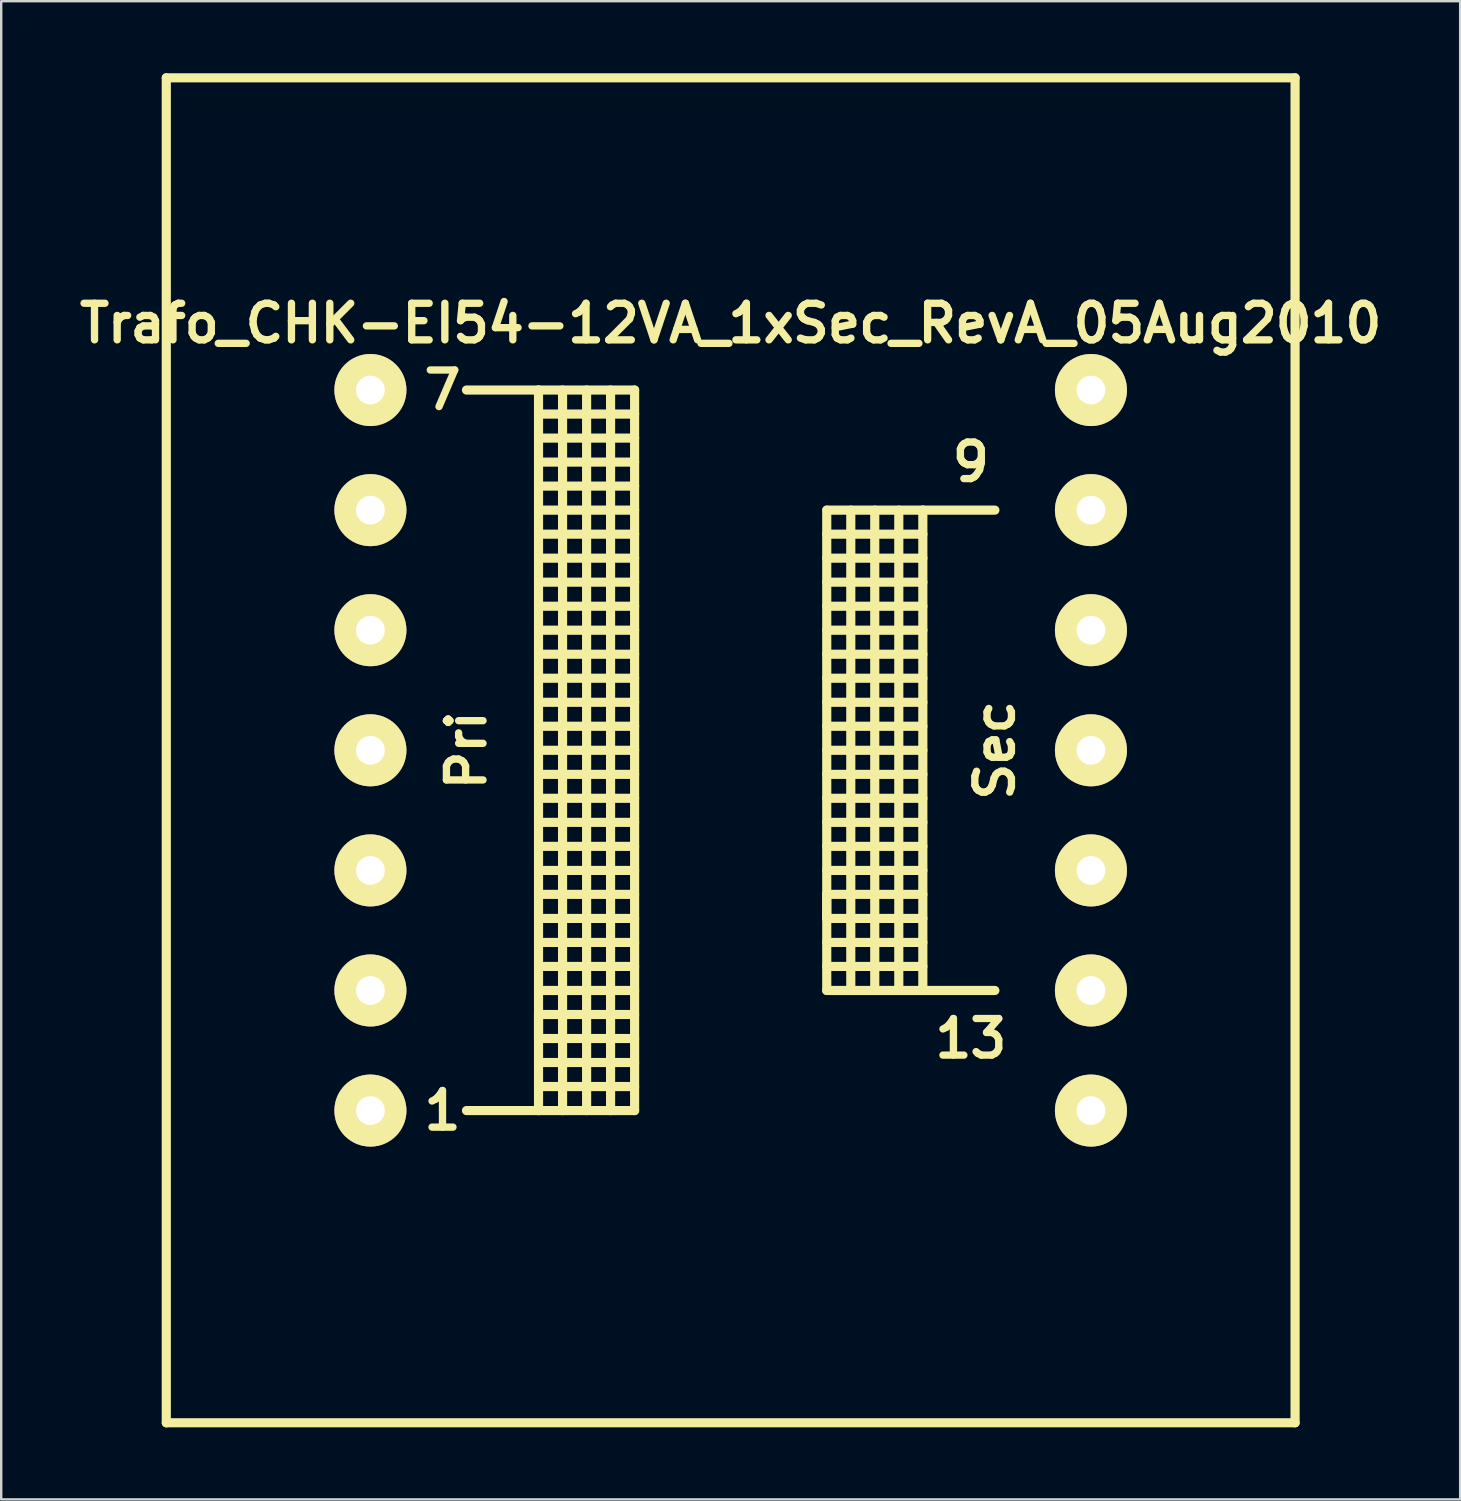
<source format=kicad_pcb>
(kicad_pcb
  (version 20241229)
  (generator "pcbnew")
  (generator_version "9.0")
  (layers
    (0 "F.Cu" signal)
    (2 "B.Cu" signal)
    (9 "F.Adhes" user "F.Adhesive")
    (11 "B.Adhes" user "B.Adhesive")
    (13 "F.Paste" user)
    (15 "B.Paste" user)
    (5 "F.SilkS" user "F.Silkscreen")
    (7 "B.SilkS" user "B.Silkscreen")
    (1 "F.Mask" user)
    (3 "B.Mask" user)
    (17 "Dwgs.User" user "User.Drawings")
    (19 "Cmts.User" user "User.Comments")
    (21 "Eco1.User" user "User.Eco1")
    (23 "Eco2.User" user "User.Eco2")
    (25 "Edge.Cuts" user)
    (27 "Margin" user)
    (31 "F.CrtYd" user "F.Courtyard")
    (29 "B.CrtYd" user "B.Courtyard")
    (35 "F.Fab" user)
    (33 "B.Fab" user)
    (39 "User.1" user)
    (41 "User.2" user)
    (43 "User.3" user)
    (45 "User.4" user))
  (footprint "Trafo_CHK-EI54-12VA_1xSec_RevA_05Aug2010"
    (layer "F.Cu")
    (at 27.374 28.191)
    (property "Reference" "Trafo_CHK-EI54-12VA_1xSec_RevA_05Aug2010" (at 0 -17.78 0) (layer "F.SilkS") (effects (font (size 1.524 1.524) (thickness 0.305))))
    (attr through_hole)
    (fp_line (start -23.5 -28.001) (end -23.5 28.001) (stroke (width 0.381) (type solid)) (layer "F.SilkS"))
    (fp_line (start -23.5 28.001) (end 23.5 28.001) (stroke (width 0.381) (type solid)) (layer "F.SilkS"))
    (fp_line (start -11.001 -15.001) (end -8.001 -15.001) (stroke (width 0.381) (type solid)) (layer "F.SilkS"))
    (fp_line (start -8.001 -15.001) (end -8.001 15.001) (stroke (width 0.381) (type solid)) (layer "F.SilkS"))
    (fp_line (start -8.001 -15.001) (end -4 -15.001) (stroke (width 0.381) (type solid)) (layer "F.SilkS"))
    (fp_line (start -8.001 -14) (end -4 -14) (stroke (width 0.381) (type solid)) (layer "F.SilkS"))
    (fp_line (start -8.001 -11.999) (end -4 -11.999) (stroke (width 0.381) (type solid)) (layer "F.SilkS"))
    (fp_line (start -8.001 -10) (end -4 -10) (stroke (width 0.381) (type solid)) (layer "F.SilkS"))
    (fp_line (start -8.001 -8.001) (end -4 -8.001) (stroke (width 0.381) (type solid)) (layer "F.SilkS"))
    (fp_line (start -8.001 -5.999) (end -4 -5.999) (stroke (width 0.381) (type solid)) (layer "F.SilkS"))
    (fp_line (start -8.001 -4) (end -4 -4) (stroke (width 0.381) (type solid)) (layer "F.SilkS"))
    (fp_line (start -8.001 -1.999) (end -4 -1.999) (stroke (width 0.381) (type solid)) (layer "F.SilkS"))
    (fp_line (start -8.001 0) (end -4 0) (stroke (width 0.381) (type solid)) (layer "F.SilkS"))
    (fp_line (start -8.001 1.999) (end -4 1.999) (stroke (width 0.381) (type solid)) (layer "F.SilkS"))
    (fp_line (start -8.001 4) (end -4 4) (stroke (width 0.381) (type solid)) (layer "F.SilkS"))
    (fp_line (start -8.001 5.999) (end -4 5.999) (stroke (width 0.381) (type solid)) (layer "F.SilkS"))
    (fp_line (start -8.001 8.001) (end -4 8.001) (stroke (width 0.381) (type solid)) (layer "F.SilkS"))
    (fp_line (start -8.001 10) (end -4 10) (stroke (width 0.381) (type solid)) (layer "F.SilkS"))
    (fp_line (start -8.001 11.001) (end -8.001 11.999) (stroke (width 0.381) (type solid)) (layer "F.SilkS"))
    (fp_line (start -8.001 11.999) (end -4 11.999) (stroke (width 0.381) (type solid)) (layer "F.SilkS"))
    (fp_line (start -8.001 14) (end -4 14) (stroke (width 0.381) (type solid)) (layer "F.SilkS"))
    (fp_line (start -8.001 15.001) (end -11.001 15.001) (stroke (width 0.381) (type solid)) (layer "F.SilkS"))
    (fp_line (start -7 -15.001) (end -7 15.001) (stroke (width 0.381) (type solid)) (layer "F.SilkS"))
    (fp_line (start -5.999 -15.001) (end -5.999 15.001) (stroke (width 0.381) (type solid)) (layer "F.SilkS"))
    (fp_line (start -5.001 3) (end -8.001 3) (stroke (width 0.381) (type solid)) (layer "F.SilkS"))
    (fp_line (start -5.001 3) (end -4 3) (stroke (width 0.381) (type solid)) (layer "F.SilkS"))
    (fp_line (start -5.001 15.001) (end -5.001 -15.001) (stroke (width 0.381) (type solid)) (layer "F.SilkS"))
    (fp_line (start -4 -15.001) (end -4 15.001) (stroke (width 0.381) (type solid)) (layer "F.SilkS"))
    (fp_line (start -4 -13) (end -8.001 -13) (stroke (width 0.381) (type solid)) (layer "F.SilkS"))
    (fp_line (start -4 -11.001) (end -8.001 -11.001) (stroke (width 0.381) (type solid)) (layer "F.SilkS"))
    (fp_line (start -4 -8.999) (end -8.001 -8.999) (stroke (width 0.381) (type solid)) (layer "F.SilkS"))
    (fp_line (start -4 -7) (end -8.001 -7) (stroke (width 0.381) (type solid)) (layer "F.SilkS"))
    (fp_line (start -4 -5.001) (end -8.001 -5.001) (stroke (width 0.381) (type solid)) (layer "F.SilkS"))
    (fp_line (start -4 -3) (end -8.001 -3) (stroke (width 0.381) (type solid)) (layer "F.SilkS"))
    (fp_line (start -4 -1.001) (end -8.001 -1.001) (stroke (width 0.381) (type solid)) (layer "F.SilkS"))
    (fp_line (start -4 1.001) (end -8.001 1.001) (stroke (width 0.381) (type solid)) (layer "F.SilkS"))
    (fp_line (start -4 5.001) (end -8.001 5.001) (stroke (width 0.381) (type solid)) (layer "F.SilkS"))
    (fp_line (start -4 7) (end -8.001 7) (stroke (width 0.381) (type solid)) (layer "F.SilkS"))
    (fp_line (start -4 8.999) (end -8.001 8.999) (stroke (width 0.381) (type solid)) (layer "F.SilkS"))
    (fp_line (start -4 11.001) (end -8.001 11.001) (stroke (width 0.381) (type solid)) (layer "F.SilkS"))
    (fp_line (start -4 13) (end -8.001 13) (stroke (width 0.381) (type solid)) (layer "F.SilkS"))
    (fp_line (start -4 15.001) (end -8.001 15.001) (stroke (width 0.381) (type solid)) (layer "F.SilkS"))
    (fp_line (start 4 -10) (end 4 10) (stroke (width 0.381) (type solid)) (layer "F.SilkS"))
    (fp_line (start 4 -8.999) (end 8.001 -8.999) (stroke (width 0.381) (type solid)) (layer "F.SilkS"))
    (fp_line (start 4 -7) (end 8.001 -7) (stroke (width 0.381) (type solid)) (layer "F.SilkS"))
    (fp_line (start 4 -5.001) (end 8.001 -5.001) (stroke (width 0.381) (type solid)) (layer "F.SilkS"))
    (fp_line (start 4 -3) (end 8.001 -3) (stroke (width 0.381) (type solid)) (layer "F.SilkS"))
    (fp_line (start 4 -1.001) (end 8.001 -1.001) (stroke (width 0.381) (type solid)) (layer "F.SilkS"))
    (fp_line (start 4 1.001) (end 8.001 1.001) (stroke (width 0.381) (type solid)) (layer "F.SilkS"))
    (fp_line (start 4 3) (end 8.001 3) (stroke (width 0.381) (type solid)) (layer "F.SilkS"))
    (fp_line (start 4 5.001) (end 8.001 5.001) (stroke (width 0.381) (type solid)) (layer "F.SilkS"))
    (fp_line (start 4 5.999) (end 4 7) (stroke (width 0.381) (type solid)) (layer "F.SilkS"))
    (fp_line (start 4 7) (end 8.001 7) (stroke (width 0.381) (type solid)) (layer "F.SilkS"))
    (fp_line (start 4 8.999) (end 8.001 8.999) (stroke (width 0.381) (type solid)) (layer "F.SilkS"))
    (fp_line (start 4 10) (end 8.001 10) (stroke (width 0.381) (type solid)) (layer "F.SilkS"))
    (fp_line (start 5.001 10) (end 5.001 -10) (stroke (width 0.381) (type solid)) (layer "F.SilkS"))
    (fp_line (start 5.999 -10) (end 5.999 10) (stroke (width 0.381) (type solid)) (layer "F.SilkS"))
    (fp_line (start 7 10) (end 7 -10) (stroke (width 0.381) (type solid)) (layer "F.SilkS"))
    (fp_line (start 8.001 -10) (end 4 -10) (stroke (width 0.381) (type solid)) (layer "F.SilkS"))
    (fp_line (start 8.001 -10) (end 8.001 10) (stroke (width 0.381) (type solid)) (layer "F.SilkS"))
    (fp_line (start 8.001 -8.001) (end 4 -8.001) (stroke (width 0.381) (type solid)) (layer "F.SilkS"))
    (fp_line (start 8.001 -5.999) (end 4 -5.999) (stroke (width 0.381) (type solid)) (layer "F.SilkS"))
    (fp_line (start 8.001 -4) (end 4 -4) (stroke (width 0.381) (type solid)) (layer "F.SilkS"))
    (fp_line (start 8.001 -1.999) (end 4 -1.999) (stroke (width 0.381) (type solid)) (layer "F.SilkS"))
    (fp_line (start 8.001 0) (end 4 0) (stroke (width 0.381) (type solid)) (layer "F.SilkS"))
    (fp_line (start 8.001 1.999) (end 4 1.999) (stroke (width 0.381) (type solid)) (layer "F.SilkS"))
    (fp_line (start 8.001 4) (end 4 4) (stroke (width 0.381) (type solid)) (layer "F.SilkS"))
    (fp_line (start 8.001 5.999) (end 4 5.999) (stroke (width 0.381) (type solid)) (layer "F.SilkS"))
    (fp_line (start 8.001 8.001) (end 4 8.001) (stroke (width 0.381) (type solid)) (layer "F.SilkS"))
    (fp_line (start 8.001 10) (end 11.001 10) (stroke (width 0.381) (type solid)) (layer "F.SilkS"))
    (fp_line (start 11.001 -10) (end 8.001 -10) (stroke (width 0.381) (type solid)) (layer "F.SilkS"))
    (fp_line (start 23.5 -28.001) (end -23.5 -28.001) (stroke (width 0.381) (type solid)) (layer "F.SilkS"))
    (fp_line (start 23.5 28.001) (end 23.5 -28.001) (stroke (width 0.381) (type solid)) (layer "F.SilkS"))
    (fp_text user "13" (at 10 12.002 0) (layer "F.SilkS") (effects (font (size 1.524 1.524) (thickness 0.305))))
    (fp_text user "Pri" (at -11.001 0 90) (layer "F.SilkS") (effects (font (size 1.524 1.524) (thickness 0.305))))
    (fp_text user "9" (at 10 -12.002 0) (layer "F.SilkS") (effects (font (size 1.524 1.524) (thickness 0.305))))
    (fp_text user "Sec" (at 11.001 0 90) (layer "F.SilkS") (effects (font (size 1.524 1.524) (thickness 0.305))))
    (fp_text user "7" (at -11.999 -15.001 0) (layer "F.SilkS") (effects (font (size 1.524 1.524) (thickness 0.305))))
    (fp_text user "1" (at -11.999 15.001 0) (layer "F.SilkS") (effects (font (size 1.524 1.524) (thickness 0.305))))
    (pad "1" thru_hole circle (at -15.001 15.001) (size 3 3) (drill 1.199) (layers "*.Cu" "*.Mask" "F.SilkS"))
    (pad "2" thru_hole circle (at -15.001 10) (size 3 3) (drill 1.199) (layers "*.Cu" "*.Mask" "F.SilkS"))
    (pad "3" thru_hole circle (at -15.001 5.001) (size 3 3) (drill 1.199) (layers "*.Cu" "*.Mask" "F.SilkS"))
    (pad "4" thru_hole circle (at -15.001 0) (size 3 3) (drill 1.199) (layers "*.Cu" "*.Mask" "F.SilkS"))
    (pad "5" thru_hole circle (at -15.001 -5.001) (size 3 3) (drill 1.199) (layers "*.Cu" "*.Mask" "F.SilkS"))
    (pad "6" thru_hole circle (at -15.001 -10) (size 3 3) (drill 1.199) (layers "*.Cu" "*.Mask" "F.SilkS"))
    (pad "7" thru_hole circle (at -15.001 -15.001) (size 3 3) (drill 1.199) (layers "*.Cu" "*.Mask" "F.SilkS"))
    (pad "8" thru_hole circle (at 15.001 -15.001) (size 3 3) (drill 1.199) (layers "*.Cu" "*.Mask" "F.SilkS"))
    (pad "9" thru_hole circle (at 15.001 -10) (size 3 3) (drill 1.199) (layers "*.Cu" "*.Mask" "F.SilkS"))
    (pad "10" thru_hole circle (at 15.001 -5.001) (size 3 3) (drill 1.199) (layers "*.Cu" "*.Mask" "F.SilkS"))
    (pad "11" thru_hole circle (at 15.001 0) (size 3 3) (drill 1.199) (layers "*.Cu" "*.Mask" "F.SilkS"))
    (pad "12" thru_hole circle (at 15.001 5.001) (size 3 3) (drill 1.199) (layers "*.Cu" "*.Mask" "F.SilkS"))
    (pad "13" thru_hole circle (at 15.001 10) (size 3 3) (drill 1.199) (layers "*.Cu" "*.Mask" "F.SilkS"))
    (pad "14" thru_hole circle (at 15.001 15.001) (size 3 3) (drill 1.199) (layers "*.Cu" "*.Mask" "F.SilkS")))
  (gr_rect
    (start -3 -3)
    (end 57.748 59.383)
    (stroke (width 0.1) (type default))
    (fill no)
    (layer "Edge.Cuts")))
</source>
